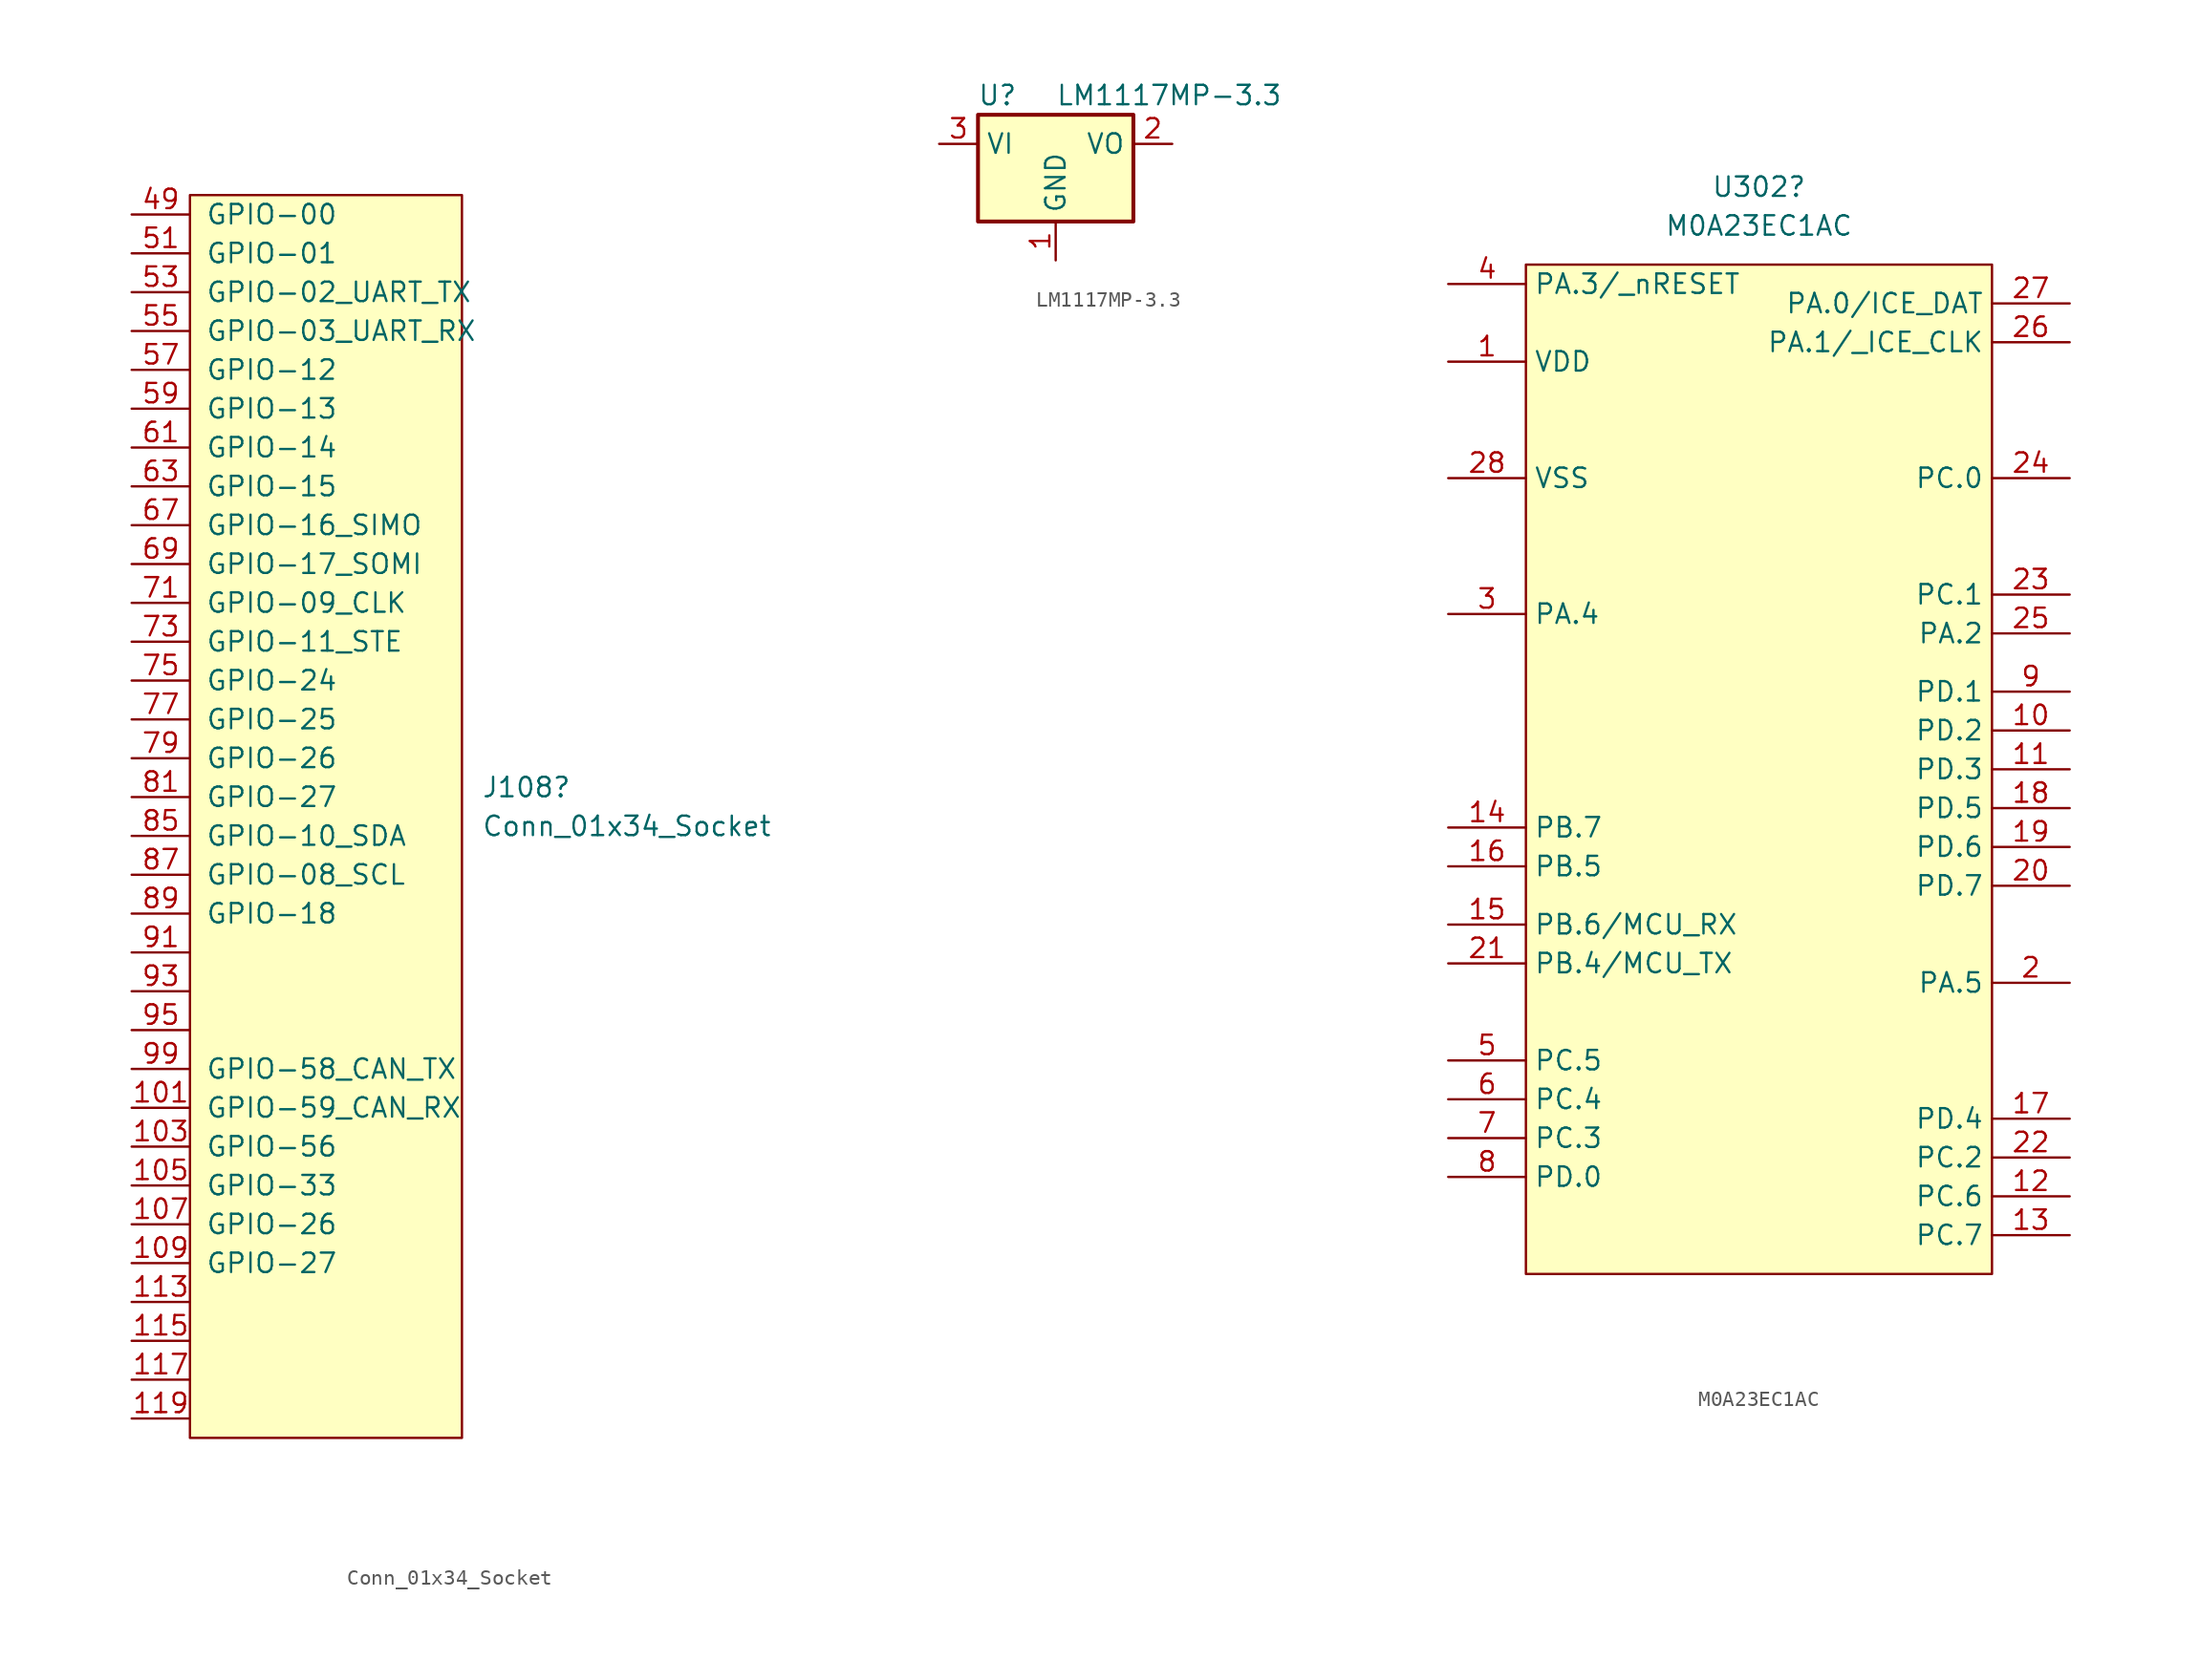
<source format=kicad_sym>
(kicad_symbol_lib
  (version 20220914)
  (generator kicad_symbol_editor)
  (symbol "Conn_01x34_Socket"
    (pin_names
      (offset 1.016))
    (property "Reference" "J108"
      (at 17.78 3.175 0)
      (effects (font (size 1.27 1.27)) (justify left)))
    (property "Value" "Conn_01x34_Socket"
      (at 17.78 0.635 0)
      (effects (font (size 1.27 1.27)) (justify left)))
    (symbol "Conn_01x34_Socket_1_1"
      (rectangle (start -1.27 41.91) (end 16.51 -39.37) (stroke (width 0) (type default)) (fill (type background)))
      (pin passive line (at -5.08 -17.78 0) (length 3.81) (name "GPIO-59_CAN_RX" (effects (font (size 1.27 1.27)))) (number "101" (effects (font (size 1.27 1.27)))))
      (pin passive line (at -5.08 -20.32 0) (length 3.81) (name "GPIO-56" (effects (font (size 1.27 1.27)))) (number "103" (effects (font (size 1.27 1.27)))))
      (pin passive line (at -5.08 -22.86 0) (length 3.81) (name "GPIO-33" (effects (font (size 1.27 1.27)))) (number "105" (effects (font (size 1.27 1.27)))))
      (pin passive line (at -5.08 -25.4 0) (length 3.81) (name "GPIO-26" (effects (font (size 1.27 1.27)))) (number "107" (effects (font (size 1.27 1.27)))))
      (pin passive line (at -5.08 -27.94 0) (length 3.81) (name "GPIO-27" (effects (font (size 1.27 1.27)))) (number "109" (effects (font (size 1.27 1.27)))))
      (pin passive line (at -5.08 -30.48 0) (length 3.81) (name "" (effects (font (size 1.27 1.27)))) (number "113" (effects (font (size 1.27 1.27)))))
      (pin passive line (at -5.08 -33.02 0) (length 3.81) (name "" (effects (font (size 1.27 1.27)))) (number "115" (effects (font (size 1.27 1.27)))))
      (pin passive line (at -5.08 -35.56 0) (length 3.81) (name "" (effects (font (size 1.27 1.27)))) (number "117" (effects (font (size 1.27 1.27)))))
      (pin passive line (at -5.08 -38.1 0) (length 3.81) (name "" (effects (font (size 1.27 1.27)))) (number "119" (effects (font (size 1.27 1.27)))))
      (pin passive line (at -5.08 40.64 0) (length 3.81) (name "GPIO-00" (effects (font (size 1.27 1.27)))) (number "49" (effects (font (size 1.27 1.27)))))
      (pin passive line (at -5.08 38.1 0) (length 3.81) (name "GPIO-01" (effects (font (size 1.27 1.27)))) (number "51" (effects (font (size 1.27 1.27)))))
      (pin passive line (at -5.08 35.56 0) (length 3.81) (name "GPIO-02_UART_TX" (effects (font (size 1.27 1.27)))) (number "53" (effects (font (size 1.27 1.27)))))
      (pin passive line (at -5.08 33.02 0) (length 3.81) (name "GPIO-03_UART_RX" (effects (font (size 1.27 1.27)))) (number "55" (effects (font (size 1.27 1.27)))))
      (pin passive line (at -5.08 30.48 0) (length 3.81) (name "GPIO-12" (effects (font (size 1.27 1.27)))) (number "57" (effects (font (size 1.27 1.27)))))
      (pin passive line (at -5.08 27.94 0) (length 3.81) (name "GPIO-13" (effects (font (size 1.27 1.27)))) (number "59" (effects (font (size 1.27 1.27)))))
      (pin passive line (at -5.08 25.4 0) (length 3.81) (name "GPIO-14" (effects (font (size 1.27 1.27)))) (number "61" (effects (font (size 1.27 1.27)))))
      (pin passive line (at -5.08 22.86 0) (length 3.81) (name "GPIO-15" (effects (font (size 1.27 1.27)))) (number "63" (effects (font (size 1.27 1.27)))))
      (pin passive line (at -5.08 20.32 0) (length 3.81) (name "GPIO-16_SIMO" (effects (font (size 1.27 1.27)))) (number "67" (effects (font (size 1.27 1.27)))))
      (pin passive line (at -5.08 17.78 0) (length 3.81) (name "GPIO-17_SOMI" (effects (font (size 1.27 1.27)))) (number "69" (effects (font (size 1.27 1.27)))))
      (pin passive line (at -5.08 15.24 0) (length 3.81) (name "GPIO-09_CLK" (effects (font (size 1.27 1.27)))) (number "71" (effects (font (size 1.27 1.27)))))
      (pin passive line (at -5.08 12.7 0) (length 3.81) (name "GPIO-11_STE" (effects (font (size 1.27 1.27)))) (number "73" (effects (font (size 1.27 1.27)))))
      (pin passive line (at -5.08 10.16 0) (length 3.81) (name "GPIO-24" (effects (font (size 1.27 1.27)))) (number "75" (effects (font (size 1.27 1.27)))))
      (pin passive line (at -5.08 7.62 0) (length 3.81) (name "GPIO-25" (effects (font (size 1.27 1.27)))) (number "77" (effects (font (size 1.27 1.27)))))
      (pin passive line (at -5.08 5.08 0) (length 3.81) (name "GPIO-26" (effects (font (size 1.27 1.27)))) (number "79" (effects (font (size 1.27 1.27)))))
      (pin passive line (at -5.08 2.54 0) (length 3.81) (name "GPIO-27" (effects (font (size 1.27 1.27)))) (number "81" (effects (font (size 1.27 1.27)))))
      (pin passive line (at -5.08 0 0) (length 3.81) (name "GPIO-10_SDA" (effects (font (size 1.27 1.27)))) (number "85" (effects (font (size 1.27 1.27)))))
      (pin passive line (at -5.08 -2.54 0) (length 3.81) (name "GPIO-08_SCL" (effects (font (size 1.27 1.27)))) (number "87" (effects (font (size 1.27 1.27)))))
      (pin passive line (at -5.08 -5.08 0) (length 3.81) (name "GPIO-18" (effects (font (size 1.27 1.27)))) (number "89" (effects (font (size 1.27 1.27)))))
      (pin passive line (at -5.08 -7.62 0) (length 3.81) (name "" (effects (font (size 1.27 1.27)))) (number "91" (effects (font (size 1.27 1.27)))))
      (pin passive line (at -5.08 -10.16 0) (length 3.81) (name "" (effects (font (size 1.27 1.27)))) (number "93" (effects (font (size 1.27 1.27)))))
      (pin passive line (at -5.08 -12.7 0) (length 3.81) (name "" (effects (font (size 1.27 1.27)))) (number "95" (effects (font (size 1.27 1.27)))))
      (pin passive line (at -5.08 -15.24 0) (length 3.81) (name "GPIO-58_CAN_TX" (effects (font (size 1.27 1.27)))) (number "99" (effects (font (size 1.27 1.27)))))))
  (symbol "LM1117MP-3.3"
    (property "Reference" "U"
      (at -3.81 3.175 0)
      (effects (font (size 1.27 1.27))))
    (property "Value" "LM1117MP-3.3"
      (at 0 3.175 0)
      (effects (font (size 1.27 1.27)) (justify left)))
    (symbol "LM1117MP-3.3_0_1"
      (rectangle (start -5.08 1.905) (end 5.08 -5.08) (stroke (width 0.254) (type default)) (fill (type background))))
    (symbol "LM1117MP-3.3_1_1"
      (pin power_in line (at 0 -7.62 90) (length 2.54) (name "GND" (effects (font (size 1.27 1.27)))) (number "1" (effects (font (size 1.27 1.27)))))
      (pin power_out line (at 7.62 0 180) (length 2.54) (name "VO" (effects (font (size 1.27 1.27)))) (number "2" (effects (font (size 1.27 1.27)))))
      (pin power_in line (at -7.62 0 0) (length 2.54) (name "VI" (effects (font (size 1.27 1.27)))) (number "3" (effects (font (size 1.27 1.27)))))))
  (symbol "M0A23EC1AC"
    (property "Reference" "U302"
      (at 5.08 22.86 0)
      (effects (font (size 1.27 1.27))))
    (property "Value" "M0A23EC1AC"
      (at 5.08 20.32 0)
      (effects (font (size 1.27 1.27))))
    (symbol "M0A23EC1AC_1_1"
      (rectangle (start -10.16 17.78) (end 20.32 -48.26) (stroke (width 0) (type default)) (fill (type background)))
      (pin passive line (at -15.24 11.43 0) (length 5.08) (name "VDD" (effects (font (size 1.27 1.27)))) (number "1" (effects (font (size 1.27 1.27)))))
      (pin passive line (at 25.4 -12.7 180) (length 5.08) (name "PD.2" (effects (font (size 1.27 1.27)))) (number "10" (effects (font (size 1.27 1.27)))))
      (pin passive line (at 25.4 -15.24 180) (length 5.08) (name "PD.3" (effects (font (size 1.27 1.27)))) (number "11" (effects (font (size 1.27 1.27)))))
      (pin passive line (at 25.4 -43.18 180) (length 5.08) (name "PC.6" (effects (font (size 1.27 1.27)))) (number "12" (effects (font (size 1.27 1.27)))))
      (pin passive line (at 25.4 -45.72 180) (length 5.08) (name "PC.7" (effects (font (size 1.27 1.27)))) (number "13" (effects (font (size 1.27 1.27)))))
      (pin passive line (at -15.24 -19.05 0) (length 5.08) (name "PB.7" (effects (font (size 1.27 1.27)))) (number "14" (effects (font (size 1.27 1.27)))))
      (pin passive line (at -15.24 -25.4 0) (length 5.08) (name "PB.6/MCU_RX" (effects (font (size 1.27 1.27)))) (number "15" (effects (font (size 1.27 1.27)))))
      (pin passive line (at -15.24 -21.59 0) (length 5.08) (name "PB.5" (effects (font (size 1.27 1.27)))) (number "16" (effects (font (size 1.27 1.27)))))
      (pin passive line (at 25.4 -38.1 180) (length 5.08) (name "PD.4" (effects (font (size 1.27 1.27)))) (number "17" (effects (font (size 1.27 1.27)))))
      (pin passive line (at 25.4 -17.78 180) (length 5.08) (name "PD.5" (effects (font (size 1.27 1.27)))) (number "18" (effects (font (size 1.27 1.27)))))
      (pin passive line (at 25.4 -20.32 180) (length 5.08) (name "PD.6" (effects (font (size 1.27 1.27)))) (number "19" (effects (font (size 1.27 1.27)))))
      (pin passive line (at 25.4 -29.21 180) (length 5.08) (name "PA.5" (effects (font (size 1.27 1.27)))) (number "2" (effects (font (size 1.27 1.27)))))
      (pin passive line (at 25.4 -22.86 180) (length 5.08) (name "PD.7" (effects (font (size 1.27 1.27)))) (number "20" (effects (font (size 1.27 1.27)))))
      (pin passive line (at -15.24 -27.94 0) (length 5.08) (name "PB.4/MCU_TX" (effects (font (size 1.27 1.27)))) (number "21" (effects (font (size 1.27 1.27)))))
      (pin passive line (at 25.4 -40.64 180) (length 5.08) (name "PC.2" (effects (font (size 1.27 1.27)))) (number "22" (effects (font (size 1.27 1.27)))))
      (pin passive line (at 25.4 -3.81 180) (length 5.08) (name "PC.1" (effects (font (size 1.27 1.27)))) (number "23" (effects (font (size 1.27 1.27)))))
      (pin passive line (at 25.4 3.81 180) (length 5.08) (name "PC.0" (effects (font (size 1.27 1.27)))) (number "24" (effects (font (size 1.27 1.27)))))
      (pin passive line (at 25.4 -6.35 180) (length 5.08) (name "PA.2" (effects (font (size 1.27 1.27)))) (number "25" (effects (font (size 1.27 1.27)))))
      (pin passive line (at 25.4 12.7 180) (length 5.08) (name "PA.1/_ICE_CLK" (effects (font (size 1.27 1.27)))) (number "26" (effects (font (size 1.27 1.27)))))
      (pin passive line (at 25.4 15.24 180) (length 5.08) (name "PA.0/ICE_DAT" (effects (font (size 1.27 1.27)))) (number "27" (effects (font (size 1.27 1.27)))))
      (pin passive line (at -15.24 3.81 0) (length 5.08) (name "VSS" (effects (font (size 1.27 1.27)))) (number "28" (effects (font (size 1.27 1.27)))))
      (pin passive line (at -15.24 -5.08 0) (length 5.08) (name "PA.4" (effects (font (size 1.27 1.27)))) (number "3" (effects (font (size 1.27 1.27)))))
      (pin passive line (at -15.24 16.51 0) (length 5.08) (name "PA.3/_nRESET" (effects (font (size 1.27 1.27)))) (number "4" (effects (font (size 1.27 1.27)))))
      (pin passive line (at -15.24 -34.29 0) (length 5.08) (name "PC.5" (effects (font (size 1.27 1.27)))) (number "5" (effects (font (size 1.27 1.27)))))
      (pin passive line (at -15.24 -36.83 0) (length 5.08) (name "PC.4" (effects (font (size 1.27 1.27)))) (number "6" (effects (font (size 1.27 1.27)))))
      (pin passive line (at -15.24 -39.37 0) (length 5.08) (name "PC.3" (effects (font (size 1.27 1.27)))) (number "7" (effects (font (size 1.27 1.27)))))
      (pin passive line (at -15.24 -41.91 0) (length 5.08) (name "PD.0" (effects (font (size 1.27 1.27)))) (number "8" (effects (font (size 1.27 1.27)))))
      (pin passive line (at 25.4 -10.16 180) (length 5.08) (name "PD.1" (effects (font (size 1.27 1.27)))) (number "9" (effects (font (size 1.27 1.27))))))))
</source>
